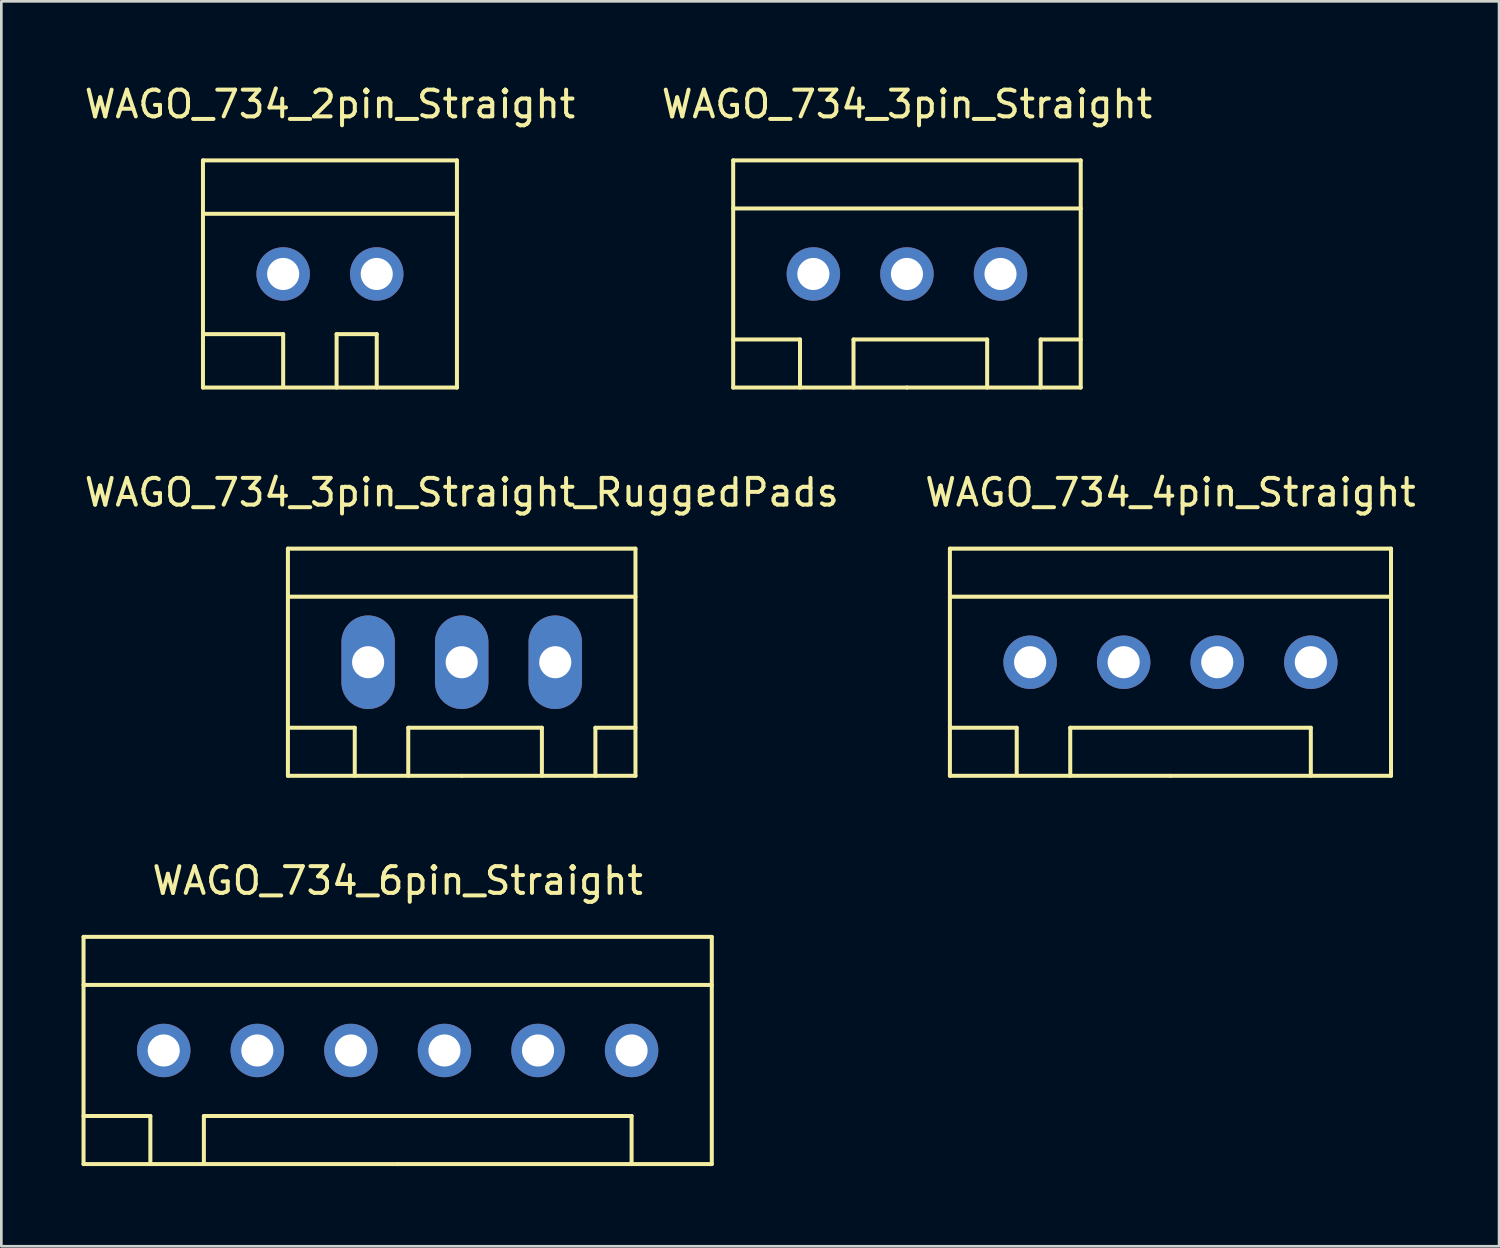
<source format=kicad_pcb>
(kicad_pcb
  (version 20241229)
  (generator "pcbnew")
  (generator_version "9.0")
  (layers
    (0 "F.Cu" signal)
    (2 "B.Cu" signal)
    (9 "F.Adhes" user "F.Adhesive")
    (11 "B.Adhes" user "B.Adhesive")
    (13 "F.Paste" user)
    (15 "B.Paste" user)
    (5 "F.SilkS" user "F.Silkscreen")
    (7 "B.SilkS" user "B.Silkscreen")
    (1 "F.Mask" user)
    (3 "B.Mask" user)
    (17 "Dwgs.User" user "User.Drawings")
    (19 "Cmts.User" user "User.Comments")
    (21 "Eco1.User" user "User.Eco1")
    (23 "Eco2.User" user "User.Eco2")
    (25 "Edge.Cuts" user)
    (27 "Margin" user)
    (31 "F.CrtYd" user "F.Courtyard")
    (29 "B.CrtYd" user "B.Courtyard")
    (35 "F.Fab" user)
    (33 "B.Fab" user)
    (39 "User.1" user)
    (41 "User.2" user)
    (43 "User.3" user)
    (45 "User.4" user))
  (footprint "WAGO_734_3pin_Straight"
    (layer "F.Cu")
    (at 30.875 7.198)
    (property "Reference" "WAGO_734_3pin_Straight" (at 0 -6.35 0) (layer "F.SilkS") (effects (font (size 1 1) (thickness 0.15))))
    (attr through_hole)
    (fp_line (start -6.5 -4.249) (end 6.5 -4.249) (stroke (width 0.15) (type solid)) (layer "F.SilkS"))
    (fp_line (start -6.5 -2.451) (end 6.5 -2.451) (stroke (width 0.15) (type solid)) (layer "F.SilkS"))
    (fp_line (start -6.5 2.451) (end -4 2.451) (stroke (width 0.15) (type solid)) (layer "F.SilkS"))
    (fp_line (start -6.5 4.249) (end -6.5 -4.249) (stroke (width 0.15) (type solid)) (layer "F.SilkS"))
    (fp_line (start -4 2.451) (end -4 4.249) (stroke (width 0.15) (type solid)) (layer "F.SilkS"))
    (fp_line (start -1.999 2.451) (end 3 2.451) (stroke (width 0.15) (type solid)) (layer "F.SilkS"))
    (fp_line (start -1.999 4.249) (end -1.999 2.451) (stroke (width 0.15) (type solid)) (layer "F.SilkS"))
    (fp_line (start 0 4.249) (end -6.5 4.249) (stroke (width 0.15) (type solid)) (layer "F.SilkS"))
    (fp_line (start 3 2.451) (end 3 4.249) (stroke (width 0.15) (type solid)) (layer "F.SilkS"))
    (fp_line (start 5.001 2.451) (end 6.5 2.451) (stroke (width 0.15) (type solid)) (layer "F.SilkS"))
    (fp_line (start 5.001 4.249) (end 5.001 2.451) (stroke (width 0.15) (type solid)) (layer "F.SilkS"))
    (fp_line (start 6.5 -4.249) (end 6.5 4.249) (stroke (width 0.15) (type solid)) (layer "F.SilkS"))
    (fp_line (start 6.5 4.249) (end 0 4.249) (stroke (width 0.15) (type solid)) (layer "F.SilkS"))
    (pad "1" thru_hole circle (at -3.5 0) (size 1.999 1.999) (drill 1.199) (layers "*.Cu" "*.Mask"))
    (pad "2" thru_hole circle (at 0 0) (size 1.999 1.999) (drill 1.199) (layers "*.Cu" "*.Mask"))
    (pad "3" thru_hole circle (at 3.5 0) (size 1.999 1.999) (drill 1.199) (layers "*.Cu" "*.Mask")))
  (footprint "WAGO_734_6pin_Straight"
    (layer "F.Cu")
    (at 11.825 36.244)
    (property "Reference" "WAGO_734_6pin_Straight" (at 0 -6.35 0) (layer "F.SilkS") (effects (font (size 1 1) (thickness 0.15))))
    (attr through_hole)
    (fp_line (start -11.75 -4.249) (end -11.75 4.249) (stroke (width 0.15) (type solid)) (layer "F.SilkS"))
    (fp_line (start -11.75 -2.451) (end 11.75 -2.451) (stroke (width 0.15) (type solid)) (layer "F.SilkS"))
    (fp_line (start -11.75 2.451) (end -9.251 2.451) (stroke (width 0.15) (type solid)) (layer "F.SilkS"))
    (fp_line (start -11.75 4.249) (end 0 4.249) (stroke (width 0.15) (type solid)) (layer "F.SilkS"))
    (fp_line (start -9.251 2.451) (end -9.251 4.201) (stroke (width 0.15) (type solid)) (layer "F.SilkS"))
    (fp_line (start -7.249 4.249) (end -7.249 2.451) (stroke (width 0.15) (type solid)) (layer "F.SilkS"))
    (fp_line (start 0 4.249) (end 11.75 4.249) (stroke (width 0.15) (type solid)) (layer "F.SilkS"))
    (fp_line (start 8.75 2.451) (end -7.249 2.451) (stroke (width 0.15) (type solid)) (layer "F.SilkS"))
    (fp_line (start 8.75 4.249) (end 8.75 2.451) (stroke (width 0.15) (type solid)) (layer "F.SilkS"))
    (fp_line (start 11.75 -4.249) (end -11.75 -4.249) (stroke (width 0.15) (type solid)) (layer "F.SilkS"))
    (fp_line (start 11.75 4.249) (end 11.75 -4.249) (stroke (width 0.15) (type solid)) (layer "F.SilkS"))
    (pad "1" thru_hole circle (at -8.75 0) (size 1.999 1.999) (drill 1.199) (layers "*.Cu" "*.Mask"))
    (pad "2" thru_hole circle (at -5.25 0) (size 1.999 1.999) (drill 1.199) (layers "*.Cu" "*.Mask"))
    (pad "3" thru_hole circle (at -1.75 0) (size 1.999 1.999) (drill 1.199) (layers "*.Cu" "*.Mask"))
    (pad "4" thru_hole circle (at 1.75 0) (size 1.999 1.999) (drill 1.199) (layers "*.Cu" "*.Mask"))
    (pad "5" thru_hole circle (at 5.25 0) (size 1.999 1.999) (drill 1.199) (layers "*.Cu" "*.Mask"))
    (pad "6" thru_hole circle (at 8.75 0) (size 1.999 1.999) (drill 1.199) (layers "*.Cu" "*.Mask")))
  (footprint "WAGO_734_4pin_Straight"
    (layer "F.Cu")
    (at 40.732 21.721)
    (property "Reference" "WAGO_734_4pin_Straight" (at 0 -6.35 0) (layer "F.SilkS") (effects (font (size 1 1) (thickness 0.15))))
    (attr through_hole)
    (fp_line (start -8.25 -4.249) (end 8.25 -4.249) (stroke (width 0.15) (type solid)) (layer "F.SilkS"))
    (fp_line (start -8.25 -2.451) (end 8.25 -2.451) (stroke (width 0.15) (type solid)) (layer "F.SilkS"))
    (fp_line (start -8.25 2.451) (end -5.751 2.451) (stroke (width 0.15) (type solid)) (layer "F.SilkS"))
    (fp_line (start -8.25 4.249) (end -8.25 -4.249) (stroke (width 0.15) (type solid)) (layer "F.SilkS"))
    (fp_line (start -5.751 2.451) (end -5.751 4.201) (stroke (width 0.15) (type solid)) (layer "F.SilkS"))
    (fp_line (start -3.749 4.249) (end -3.749 2.451) (stroke (width 0.15) (type solid)) (layer "F.SilkS"))
    (fp_line (start 0 4.249) (end -8.25 4.249) (stroke (width 0.15) (type solid)) (layer "F.SilkS"))
    (fp_line (start 5.25 2.451) (end -3.749 2.451) (stroke (width 0.15) (type solid)) (layer "F.SilkS"))
    (fp_line (start 5.25 4.249) (end 5.25 2.451) (stroke (width 0.15) (type solid)) (layer "F.SilkS"))
    (fp_line (start 8.25 -4.249) (end 8.25 4.249) (stroke (width 0.15) (type solid)) (layer "F.SilkS"))
    (fp_line (start 8.25 4.249) (end 0 4.249) (stroke (width 0.15) (type solid)) (layer "F.SilkS"))
    (pad "1" thru_hole circle (at -5.25 0) (size 1.999 1.999) (drill 1.199) (layers "*.Cu" "*.Mask"))
    (pad "2" thru_hole circle (at -1.75 0) (size 1.999 1.999) (drill 1.199) (layers "*.Cu" "*.Mask"))
    (pad "3" thru_hole circle (at 1.75 0) (size 1.999 1.999) (drill 1.199) (layers "*.Cu" "*.Mask"))
    (pad "4" thru_hole circle (at 5.25 0) (size 1.999 1.999) (drill 1.199) (layers "*.Cu" "*.Mask")))
  (footprint "WAGO_734_3pin_Straight_RuggedPads"
    (layer "F.Cu")
    (at 14.22 21.721)
    (property "Reference" "WAGO_734_3pin_Straight_RuggedPads" (at 0 -6.35 0) (layer "F.SilkS") (effects (font (size 1 1) (thickness 0.15))))
    (attr through_hole)
    (fp_line (start -6.5 -4.249) (end 6.5 -4.249) (stroke (width 0.15) (type solid)) (layer "F.SilkS"))
    (fp_line (start -6.5 -2.451) (end 6.5 -2.451) (stroke (width 0.15) (type solid)) (layer "F.SilkS"))
    (fp_line (start -6.5 2.451) (end -4 2.451) (stroke (width 0.15) (type solid)) (layer "F.SilkS"))
    (fp_line (start -6.5 4.249) (end -6.5 -4.249) (stroke (width 0.15) (type solid)) (layer "F.SilkS"))
    (fp_line (start -4 2.451) (end -4 4.249) (stroke (width 0.15) (type solid)) (layer "F.SilkS"))
    (fp_line (start -1.999 2.451) (end 3 2.451) (stroke (width 0.15) (type solid)) (layer "F.SilkS"))
    (fp_line (start -1.999 4.249) (end -1.999 2.451) (stroke (width 0.15) (type solid)) (layer "F.SilkS"))
    (fp_line (start 0 4.249) (end -6.5 4.249) (stroke (width 0.15) (type solid)) (layer "F.SilkS"))
    (fp_line (start 3 2.451) (end 3 4.249) (stroke (width 0.15) (type solid)) (layer "F.SilkS"))
    (fp_line (start 5.001 2.451) (end 6.5 2.451) (stroke (width 0.15) (type solid)) (layer "F.SilkS"))
    (fp_line (start 5.001 4.249) (end 5.001 2.451) (stroke (width 0.15) (type solid)) (layer "F.SilkS"))
    (fp_line (start 6.5 -4.249) (end 6.5 4.249) (stroke (width 0.15) (type solid)) (layer "F.SilkS"))
    (fp_line (start 6.5 4.249) (end 0 4.249) (stroke (width 0.15) (type solid)) (layer "F.SilkS"))
    (pad "1" thru_hole oval (at -3.5 0) (size 1.999 3.5) (drill 1.199) (layers "*.Cu" "*.Mask"))
    (pad "2" thru_hole oval (at 0 0) (size 1.999 3.5) (drill 1.199) (layers "*.Cu" "*.Mask"))
    (pad "3" thru_hole oval (at 3.5 0) (size 1.999 3.5) (drill 1.199) (layers "*.Cu" "*.Mask")))
  (footprint "WAGO_734_2pin_Straight"
    (layer "F.Cu")
    (at 9.292 7.198)
    (property "Reference" "WAGO_734_2pin_Straight" (at 0 -6.35 0) (layer "F.SilkS") (effects (font (size 1 1) (thickness 0.15))))
    (attr through_hole)
    (fp_line (start -4.75 -4.249) (end -4.75 4.249) (stroke (width 0.15) (type solid)) (layer "F.SilkS"))
    (fp_line (start -4.75 -2.25) (end 4.75 -2.25) (stroke (width 0.15) (type solid)) (layer "F.SilkS"))
    (fp_line (start -4.75 2.25) (end -1.75 2.25) (stroke (width 0.15) (type solid)) (layer "F.SilkS"))
    (fp_line (start -4.75 4.249) (end 4.75 4.249) (stroke (width 0.15) (type solid)) (layer "F.SilkS"))
    (fp_line (start -1.75 2.25) (end -1.75 4.201) (stroke (width 0.15) (type solid)) (layer "F.SilkS"))
    (fp_line (start 0.249 2.25) (end 1.75 2.25) (stroke (width 0.15) (type solid)) (layer "F.SilkS"))
    (fp_line (start 0.249 4.249) (end 0.249 2.25) (stroke (width 0.15) (type solid)) (layer "F.SilkS"))
    (fp_line (start 1.75 2.25) (end 1.75 4.249) (stroke (width 0.15) (type solid)) (layer "F.SilkS"))
    (fp_line (start 4.75 -4.249) (end -4.75 -4.249) (stroke (width 0.15) (type solid)) (layer "F.SilkS"))
    (fp_line (start 4.75 4.249) (end 4.75 -4.249) (stroke (width 0.15) (type solid)) (layer "F.SilkS"))
    (pad "1" thru_hole circle (at -1.75 0) (size 1.999 1.999) (drill 1.199) (layers "*.Cu" "*.Mask"))
    (pad "2" thru_hole circle (at 1.75 0) (size 1.999 1.999) (drill 1.199) (layers "*.Cu" "*.Mask")))
  (gr_rect
    (start -3 -3)
    (end 53.024 43.568)
    (stroke (width 0.1) (type default))
    (fill no)
    (layer "Edge.Cuts")))
</source>
